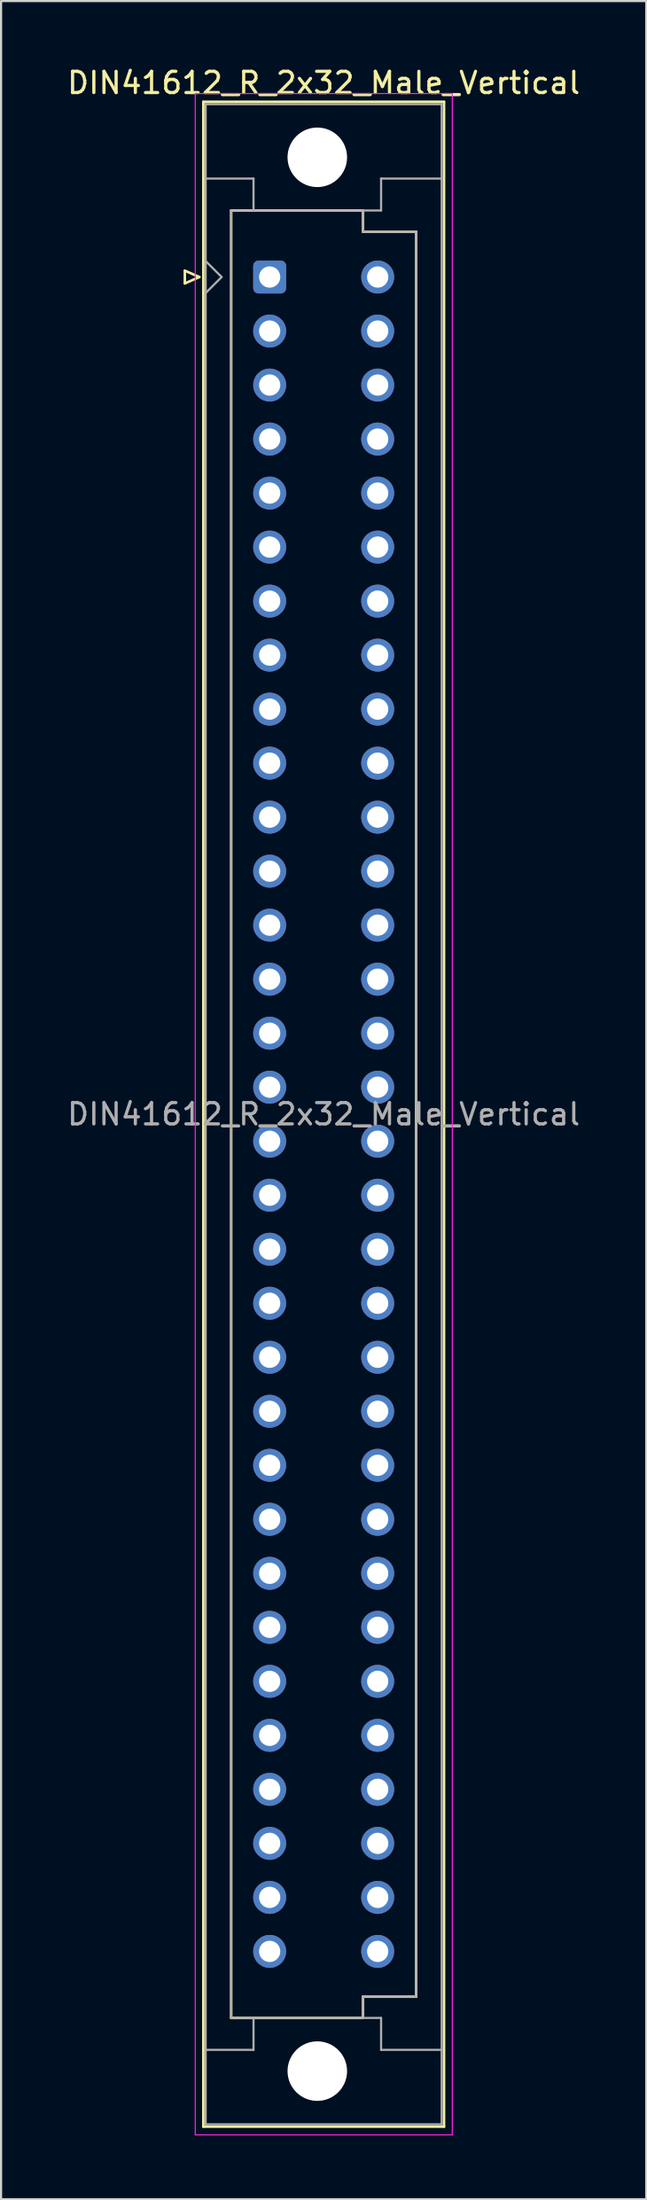
<source format=kicad_pcb>
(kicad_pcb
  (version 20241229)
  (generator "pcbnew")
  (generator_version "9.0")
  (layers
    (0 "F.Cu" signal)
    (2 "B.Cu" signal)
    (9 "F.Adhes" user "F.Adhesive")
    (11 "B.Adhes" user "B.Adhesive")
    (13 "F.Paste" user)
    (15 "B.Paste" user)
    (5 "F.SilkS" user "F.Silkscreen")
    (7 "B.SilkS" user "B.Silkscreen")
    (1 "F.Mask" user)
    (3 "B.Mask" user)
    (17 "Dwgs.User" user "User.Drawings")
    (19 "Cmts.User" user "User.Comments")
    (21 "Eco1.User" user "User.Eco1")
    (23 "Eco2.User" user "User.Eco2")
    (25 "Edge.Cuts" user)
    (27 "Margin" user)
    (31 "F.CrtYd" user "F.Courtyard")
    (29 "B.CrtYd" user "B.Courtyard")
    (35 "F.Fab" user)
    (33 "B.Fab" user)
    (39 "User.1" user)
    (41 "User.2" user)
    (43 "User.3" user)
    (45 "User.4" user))
  (footprint "DIN41612_R_2x32_Male_Vertical"
    (layer "F.Cu")
    (at 9.633 9.978)
    (property "Reference" "DIN41612_R_2x32_Male_Vertical" (at 2.54 -9.13 0) (layer "F.SilkS") (effects (font (size 1 1) (thickness 0.15))))
    (attr through_hole)
    (fp_line (start -3.99 -0.3) (end -3.99 0.3) (stroke (width 0.12) (type solid)) (layer "F.SilkS"))
    (fp_line (start -3.99 0.3) (end -3.31 0) (stroke (width 0.12) (type solid)) (layer "F.SilkS"))
    (fp_line (start -3.31 0) (end -3.99 -0.3) (stroke (width 0.12) (type solid)) (layer "F.SilkS"))
    (fp_line (start -3.12 -8.24) (end 8.2 -8.24) (stroke (width 0.12) (type solid)) (layer "F.SilkS"))
    (fp_line (start -3.12 86.98) (end -3.12 -8.24) (stroke (width 0.12) (type solid)) (layer "F.SilkS"))
    (fp_line (start -1.81 -3.13) (end 4.39 -3.13) (stroke (width 0.12) (type solid)) (layer "F.SilkS"))
    (fp_line (start -1.81 81.87) (end -1.81 -3.13) (stroke (width 0.12) (type solid)) (layer "F.SilkS"))
    (fp_line (start 4.39 -3.13) (end 4.39 -2.13) (stroke (width 0.12) (type solid)) (layer "F.SilkS"))
    (fp_line (start 4.39 -2.13) (end 6.89 -2.13) (stroke (width 0.12) (type solid)) (layer "F.SilkS"))
    (fp_line (start 4.39 80.87) (end 4.39 81.87) (stroke (width 0.12) (type solid)) (layer "F.SilkS"))
    (fp_line (start 4.39 81.87) (end -1.81 81.87) (stroke (width 0.12) (type solid)) (layer "F.SilkS"))
    (fp_line (start 6.89 -2.13) (end 6.89 80.87) (stroke (width 0.12) (type solid)) (layer "F.SilkS"))
    (fp_line (start 6.89 80.87) (end 4.39 80.87) (stroke (width 0.12) (type solid)) (layer "F.SilkS"))
    (fp_line (start 8.2 -8.24) (end 8.2 86.98) (stroke (width 0.12) (type solid)) (layer "F.SilkS"))
    (fp_line (start 8.2 86.98) (end -3.12 86.98) (stroke (width 0.12) (type solid)) (layer "F.SilkS"))
    (fp_line (start -3.5 -8.63) (end 8.59 -8.63) (stroke (width 0.05) (type solid)) (layer "F.CrtYd"))
    (fp_line (start -3.5 87.37) (end -3.5 -8.63) (stroke (width 0.05) (type solid)) (layer "F.CrtYd"))
    (fp_line (start 8.59 -8.63) (end 8.59 87.37) (stroke (width 0.05) (type solid)) (layer "F.CrtYd"))
    (fp_line (start 8.59 87.37) (end -3.5 87.37) (stroke (width 0.05) (type solid)) (layer "F.CrtYd"))
    (fp_line (start -3.01 -8.13) (end 8.09 -8.13) (stroke (width 0.1) (type solid)) (layer "F.Fab"))
    (fp_line (start -3.01 -4.63) (end -0.76 -4.63) (stroke (width 0.1) (type solid)) (layer "F.Fab"))
    (fp_line (start -3.01 -0.75) (end -2.26 0) (stroke (width 0.1) (type solid)) (layer "F.Fab"))
    (fp_line (start -3.01 83.37) (end -0.76 83.37) (stroke (width 0.1) (type solid)) (layer "F.Fab"))
    (fp_line (start -3.01 86.87) (end -3.01 -8.13) (stroke (width 0.1) (type solid)) (layer "F.Fab"))
    (fp_line (start -2.26 0) (end -3.01 0.75) (stroke (width 0.1) (type solid)) (layer "F.Fab"))
    (fp_line (start -1.81 -3.13) (end 4.39 -3.13) (stroke (width 0.1) (type solid)) (layer "F.Fab"))
    (fp_line (start -1.81 81.87) (end -1.81 -3.13) (stroke (width 0.1) (type solid)) (layer "F.Fab"))
    (fp_line (start -0.76 -4.63) (end -0.76 -3.13) (stroke (width 0.1) (type solid)) (layer "F.Fab"))
    (fp_line (start -0.76 83.37) (end -0.76 81.87) (stroke (width 0.1) (type solid)) (layer "F.Fab"))
    (fp_line (start 4.39 -3.13) (end 4.39 -2.13) (stroke (width 0.1) (type solid)) (layer "F.Fab"))
    (fp_line (start 4.39 -3.13) (end 5.24 -3.13) (stroke (width 0.1) (type solid)) (layer "F.Fab"))
    (fp_line (start 4.39 -2.13) (end 6.89 -2.13) (stroke (width 0.1) (type solid)) (layer "F.Fab"))
    (fp_line (start 4.39 80.87) (end 4.39 81.87) (stroke (width 0.1) (type solid)) (layer "F.Fab"))
    (fp_line (start 4.39 81.87) (end -1.81 81.87) (stroke (width 0.1) (type solid)) (layer "F.Fab"))
    (fp_line (start 4.39 81.87) (end 5.24 81.87) (stroke (width 0.1) (type solid)) (layer "F.Fab"))
    (fp_line (start 5.24 -4.63) (end 8.09 -4.63) (stroke (width 0.1) (type solid)) (layer "F.Fab"))
    (fp_line (start 5.24 -3.13) (end 5.24 -4.63) (stroke (width 0.1) (type solid)) (layer "F.Fab"))
    (fp_line (start 5.24 81.87) (end 5.24 83.37) (stroke (width 0.1) (type solid)) (layer "F.Fab"))
    (fp_line (start 5.24 83.37) (end 8.09 83.37) (stroke (width 0.1) (type solid)) (layer "F.Fab"))
    (fp_line (start 6.89 -2.13) (end 6.89 80.87) (stroke (width 0.1) (type solid)) (layer "F.Fab"))
    (fp_line (start 6.89 80.87) (end 4.39 80.87) (stroke (width 0.1) (type solid)) (layer "F.Fab"))
    (fp_line (start 8.09 -8.13) (end 8.09 86.87) (stroke (width 0.1) (type solid)) (layer "F.Fab"))
    (fp_line (start 8.09 86.87) (end -3.01 86.87) (stroke (width 0.1) (type solid)) (layer "F.Fab"))
    (fp_text user "${REFERENCE}" (at 2.54 39.37 0) (layer "F.Fab") (effects (font (size 1 1) (thickness 0.15))))
    (pad "" np_thru_hole circle (at 2.24 -5.63) (size 2.8 2.8) (drill 2.8) (layers "*.Cu" "*.Mask"))
    (pad "" np_thru_hole circle (at 2.24 84.37) (size 2.8 2.8) (drill 2.8) (layers "*.Cu" "*.Mask"))
    (pad "a1" thru_hole roundrect (at 0 0) (size 1.55 1.55) (drill 1) (layers "*.Cu" "*.Mask") (roundrect_rratio 0.161))
    (pad "a2" thru_hole circle (at 0 2.54) (size 1.55 1.55) (drill 1) (layers "*.Cu" "*.Mask"))
    (pad "a3" thru_hole circle (at 0 5.08) (size 1.55 1.55) (drill 1) (layers "*.Cu" "*.Mask"))
    (pad "a4" thru_hole circle (at 0 7.62) (size 1.55 1.55) (drill 1) (layers "*.Cu" "*.Mask"))
    (pad "a5" thru_hole circle (at 0 10.16) (size 1.55 1.55) (drill 1) (layers "*.Cu" "*.Mask"))
    (pad "a6" thru_hole circle (at 0 12.7) (size 1.55 1.55) (drill 1) (layers "*.Cu" "*.Mask"))
    (pad "a7" thru_hole circle (at 0 15.24) (size 1.55 1.55) (drill 1) (layers "*.Cu" "*.Mask"))
    (pad "a8" thru_hole circle (at 0 17.78) (size 1.55 1.55) (drill 1) (layers "*.Cu" "*.Mask"))
    (pad "a9" thru_hole circle (at 0 20.32) (size 1.55 1.55) (drill 1) (layers "*.Cu" "*.Mask"))
    (pad "a10" thru_hole circle (at 0 22.86) (size 1.55 1.55) (drill 1) (layers "*.Cu" "*.Mask"))
    (pad "a11" thru_hole circle (at 0 25.4) (size 1.55 1.55) (drill 1) (layers "*.Cu" "*.Mask"))
    (pad "a12" thru_hole circle (at 0 27.94) (size 1.55 1.55) (drill 1) (layers "*.Cu" "*.Mask"))
    (pad "a13" thru_hole circle (at 0 30.48) (size 1.55 1.55) (drill 1) (layers "*.Cu" "*.Mask"))
    (pad "a14" thru_hole circle (at 0 33.02) (size 1.55 1.55) (drill 1) (layers "*.Cu" "*.Mask"))
    (pad "a15" thru_hole circle (at 0 35.56) (size 1.55 1.55) (drill 1) (layers "*.Cu" "*.Mask"))
    (pad "a16" thru_hole circle (at 0 38.1) (size 1.55 1.55) (drill 1) (layers "*.Cu" "*.Mask"))
    (pad "a17" thru_hole circle (at 0 40.64) (size 1.55 1.55) (drill 1) (layers "*.Cu" "*.Mask"))
    (pad "a18" thru_hole circle (at 0 43.18) (size 1.55 1.55) (drill 1) (layers "*.Cu" "*.Mask"))
    (pad "a19" thru_hole circle (at 0 45.72) (size 1.55 1.55) (drill 1) (layers "*.Cu" "*.Mask"))
    (pad "a20" thru_hole circle (at 0 48.26) (size 1.55 1.55) (drill 1) (layers "*.Cu" "*.Mask"))
    (pad "a21" thru_hole circle (at 0 50.8) (size 1.55 1.55) (drill 1) (layers "*.Cu" "*.Mask"))
    (pad "a22" thru_hole circle (at 0 53.34) (size 1.55 1.55) (drill 1) (layers "*.Cu" "*.Mask"))
    (pad "a23" thru_hole circle (at 0 55.88) (size 1.55 1.55) (drill 1) (layers "*.Cu" "*.Mask"))
    (pad "a24" thru_hole circle (at 0 58.42) (size 1.55 1.55) (drill 1) (layers "*.Cu" "*.Mask"))
    (pad "a25" thru_hole circle (at 0 60.96) (size 1.55 1.55) (drill 1) (layers "*.Cu" "*.Mask"))
    (pad "a26" thru_hole circle (at 0 63.5) (size 1.55 1.55) (drill 1) (layers "*.Cu" "*.Mask"))
    (pad "a27" thru_hole circle (at 0 66.04) (size 1.55 1.55) (drill 1) (layers "*.Cu" "*.Mask"))
    (pad "a28" thru_hole circle (at 0 68.58) (size 1.55 1.55) (drill 1) (layers "*.Cu" "*.Mask"))
    (pad "a29" thru_hole circle (at 0 71.12) (size 1.55 1.55) (drill 1) (layers "*.Cu" "*.Mask"))
    (pad "a30" thru_hole circle (at 0 73.66) (size 1.55 1.55) (drill 1) (layers "*.Cu" "*.Mask"))
    (pad "a31" thru_hole circle (at 0 76.2) (size 1.55 1.55) (drill 1) (layers "*.Cu" "*.Mask"))
    (pad "a32" thru_hole circle (at 0 78.74) (size 1.55 1.55) (drill 1) (layers "*.Cu" "*.Mask"))
    (pad "c1" thru_hole circle (at 5.08 0) (size 1.55 1.55) (drill 1) (layers "*.Cu" "*.Mask"))
    (pad "c2" thru_hole circle (at 5.08 2.54) (size 1.55 1.55) (drill 1) (layers "*.Cu" "*.Mask"))
    (pad "c3" thru_hole circle (at 5.08 5.08) (size 1.55 1.55) (drill 1) (layers "*.Cu" "*.Mask"))
    (pad "c4" thru_hole circle (at 5.08 7.62) (size 1.55 1.55) (drill 1) (layers "*.Cu" "*.Mask"))
    (pad "c5" thru_hole circle (at 5.08 10.16) (size 1.55 1.55) (drill 1) (layers "*.Cu" "*.Mask"))
    (pad "c6" thru_hole circle (at 5.08 12.7) (size 1.55 1.55) (drill 1) (layers "*.Cu" "*.Mask"))
    (pad "c7" thru_hole circle (at 5.08 15.24) (size 1.55 1.55) (drill 1) (layers "*.Cu" "*.Mask"))
    (pad "c8" thru_hole circle (at 5.08 17.78) (size 1.55 1.55) (drill 1) (layers "*.Cu" "*.Mask"))
    (pad "c9" thru_hole circle (at 5.08 20.32) (size 1.55 1.55) (drill 1) (layers "*.Cu" "*.Mask"))
    (pad "c10" thru_hole circle (at 5.08 22.86) (size 1.55 1.55) (drill 1) (layers "*.Cu" "*.Mask"))
    (pad "c11" thru_hole circle (at 5.08 25.4) (size 1.55 1.55) (drill 1) (layers "*.Cu" "*.Mask"))
    (pad "c12" thru_hole circle (at 5.08 27.94) (size 1.55 1.55) (drill 1) (layers "*.Cu" "*.Mask"))
    (pad "c13" thru_hole circle (at 5.08 30.48) (size 1.55 1.55) (drill 1) (layers "*.Cu" "*.Mask"))
    (pad "c14" thru_hole circle (at 5.08 33.02) (size 1.55 1.55) (drill 1) (layers "*.Cu" "*.Mask"))
    (pad "c15" thru_hole circle (at 5.08 35.56) (size 1.55 1.55) (drill 1) (layers "*.Cu" "*.Mask"))
    (pad "c16" thru_hole circle (at 5.08 38.1) (size 1.55 1.55) (drill 1) (layers "*.Cu" "*.Mask"))
    (pad "c17" thru_hole circle (at 5.08 40.64) (size 1.55 1.55) (drill 1) (layers "*.Cu" "*.Mask"))
    (pad "c18" thru_hole circle (at 5.08 43.18) (size 1.55 1.55) (drill 1) (layers "*.Cu" "*.Mask"))
    (pad "c19" thru_hole circle (at 5.08 45.72) (size 1.55 1.55) (drill 1) (layers "*.Cu" "*.Mask"))
    (pad "c20" thru_hole circle (at 5.08 48.26) (size 1.55 1.55) (drill 1) (layers "*.Cu" "*.Mask"))
    (pad "c21" thru_hole circle (at 5.08 50.8) (size 1.55 1.55) (drill 1) (layers "*.Cu" "*.Mask"))
    (pad "c22" thru_hole circle (at 5.08 53.34) (size 1.55 1.55) (drill 1) (layers "*.Cu" "*.Mask"))
    (pad "c23" thru_hole circle (at 5.08 55.88) (size 1.55 1.55) (drill 1) (layers "*.Cu" "*.Mask"))
    (pad "c24" thru_hole circle (at 5.08 58.42) (size 1.55 1.55) (drill 1) (layers "*.Cu" "*.Mask"))
    (pad "c25" thru_hole circle (at 5.08 60.96) (size 1.55 1.55) (drill 1) (layers "*.Cu" "*.Mask"))
    (pad "c26" thru_hole circle (at 5.08 63.5) (size 1.55 1.55) (drill 1) (layers "*.Cu" "*.Mask"))
    (pad "c27" thru_hole circle (at 5.08 66.04) (size 1.55 1.55) (drill 1) (layers "*.Cu" "*.Mask"))
    (pad "c28" thru_hole circle (at 5.08 68.58) (size 1.55 1.55) (drill 1) (layers "*.Cu" "*.Mask"))
    (pad "c29" thru_hole circle (at 5.08 71.12) (size 1.55 1.55) (drill 1) (layers "*.Cu" "*.Mask"))
    (pad "c30" thru_hole circle (at 5.08 73.66) (size 1.55 1.55) (drill 1) (layers "*.Cu" "*.Mask"))
    (pad "c31" thru_hole circle (at 5.08 76.2) (size 1.55 1.55) (drill 1) (layers "*.Cu" "*.Mask"))
    (pad "c32" thru_hole circle (at 5.08 78.74) (size 1.55 1.55) (drill 1) (layers "*.Cu" "*.Mask")))
  (gr_rect
    (start -3 -3)
    (end 27.345 100.373)
    (stroke (width 0.1) (type default))
    (fill no)
    (layer "Edge.Cuts")))
</source>
